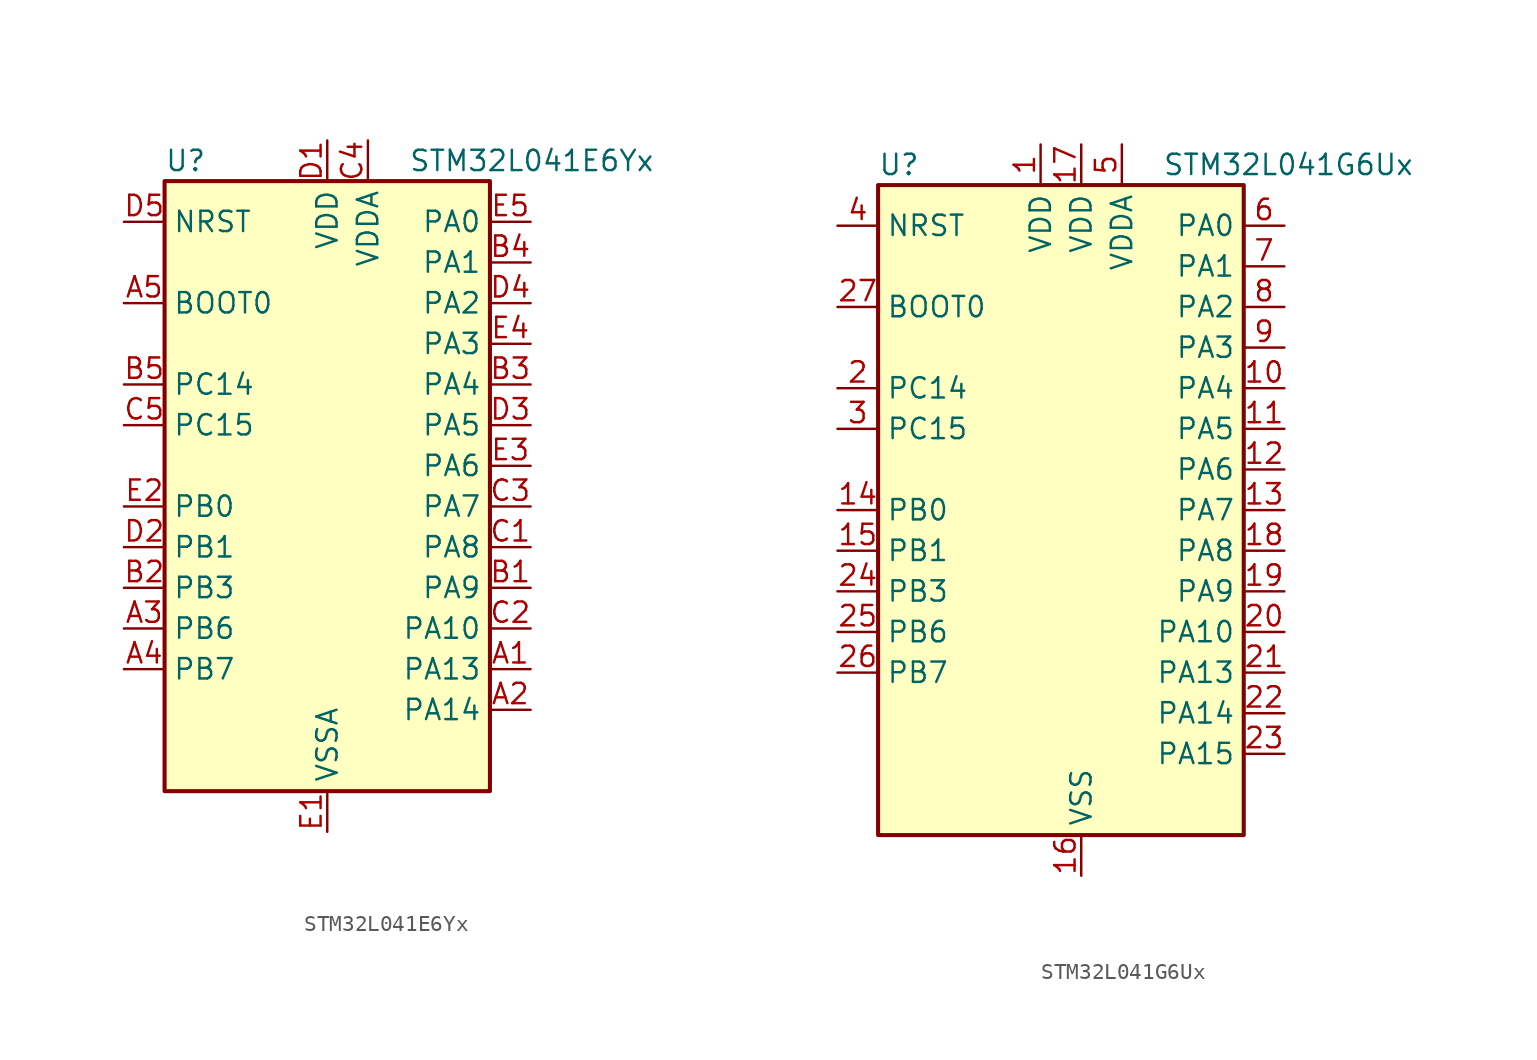
<source format=kicad_sym>
(kicad_symbol_lib
  (version 20231120)
  (generator "kicad_symbol_editor")
  (generator_version "8.0")
  (symbol "STM32L041E6Yx"
    (property "Reference" "U"
      (at -10.16 21.59 0)
      (effects (font (size 1.27 1.27)) (justify left)))
    (property "Value" "STM32L041E6Yx"
      (at 5.08 21.59 0)
      (effects (font (size 1.27 1.27)) (justify left)))
    (property "ki_locked" ""
      (at 0 0 0)
      (effects (font (size 1.27 1.27))))
    (symbol "STM32L041E6Yx_0_1"
      (rectangle (start -10.16 -17.78) (end 10.16 20.32) (stroke (width 0.254) (type default)) (fill (type background))))
    (symbol "STM32L041E6Yx_1_1"
      (pin bidirectional line (at 12.7 -10.16 180) (length 2.54) (name "PA13" (effects (font (size 1.27 1.27)))) (number "A1" (effects (font (size 1.27 1.27)))) (alternate "LPTIM1_ETR" bidirectional line) (alternate "LPUART1_RX" bidirectional line) (alternate "SYS_SWDIO" bidirectional line))
      (pin bidirectional line (at 12.7 -12.7 180) (length 2.54) (name "PA14" (effects (font (size 1.27 1.27)))) (number "A2" (effects (font (size 1.27 1.27)))) (alternate "I2C1_SMBA" bidirectional line) (alternate "LPTIM1_OUT" bidirectional line) (alternate "LPUART1_TX" bidirectional line) (alternate "SYS_SWCLK" bidirectional line) (alternate "USART2_TX" bidirectional line))
      (pin bidirectional line (at -12.7 -7.62 0) (length 2.54) (name "PB6" (effects (font (size 1.27 1.27)))) (number "A3" (effects (font (size 1.27 1.27)))) (alternate "COMP2_INP" bidirectional line) (alternate "I2C1_SCL" bidirectional line) (alternate "LPTIM1_ETR" bidirectional line) (alternate "TIM21_CH1" bidirectional line) (alternate "USART2_TX" bidirectional line))
      (pin bidirectional line (at -12.7 -10.16 0) (length 2.54) (name "PB7" (effects (font (size 1.27 1.27)))) (number "A4" (effects (font (size 1.27 1.27)))) (alternate "COMP2_INP" bidirectional line) (alternate "I2C1_SDA" bidirectional line) (alternate "LPTIM1_IN2" bidirectional line) (alternate "SYS_PVD_IN" bidirectional line) (alternate "USART2_RX" bidirectional line))
      (pin input line (at -12.7 12.7 0) (length 2.54) (name "BOOT0" (effects (font (size 1.27 1.27)))) (number "A5" (effects (font (size 1.27 1.27)))))
      (pin bidirectional line (at 12.7 -5.08 180) (length 2.54) (name "PA9" (effects (font (size 1.27 1.27)))) (number "B1" (effects (font (size 1.27 1.27)))) (alternate "I2C1_SCL" bidirectional line) (alternate "RCC_MCO" bidirectional line) (alternate "TIM22_CH1" bidirectional line) (alternate "USART2_TX" bidirectional line))
      (pin bidirectional line (at -12.7 -5.08 0) (length 2.54) (name "PB3" (effects (font (size 1.27 1.27)))) (number "B2" (effects (font (size 1.27 1.27)))) (alternate "COMP2_INM" bidirectional line) (alternate "SPI1_SCK" bidirectional line) (alternate "TIM2_CH2" bidirectional line))
      (pin bidirectional line (at 12.7 7.62 180) (length 2.54) (name "PA4" (effects (font (size 1.27 1.27)))) (number "B3" (effects (font (size 1.27 1.27)))) (alternate "ADC_IN4" bidirectional line) (alternate "COMP1_INM" bidirectional line) (alternate "COMP2_INM" bidirectional line) (alternate "LPTIM1_IN1" bidirectional line) (alternate "SPI1_NSS" bidirectional line) (alternate "TIM22_ETR" bidirectional line) (alternate "USART2_CK" bidirectional line))
      (pin bidirectional line (at 12.7 15.24 180) (length 2.54) (name "PA1" (effects (font (size 1.27 1.27)))) (number "B4" (effects (font (size 1.27 1.27)))) (alternate "ADC_IN1" bidirectional line) (alternate "COMP1_INP" bidirectional line) (alternate "I2C1_SMBA" bidirectional line) (alternate "LPTIM1_IN2" bidirectional line) (alternate "TIM21_ETR" bidirectional line) (alternate "TIM2_CH2" bidirectional line) (alternate "USART2_DE" bidirectional line) (alternate "USART2_RTS" bidirectional line))
      (pin bidirectional line (at -12.7 7.62 0) (length 2.54) (name "PC14" (effects (font (size 1.27 1.27)))) (number "B5" (effects (font (size 1.27 1.27)))) (alternate "RCC_OSC32_IN" bidirectional line))
      (pin bidirectional line (at 12.7 -2.54 180) (length 2.54) (name "PA8" (effects (font (size 1.27 1.27)))) (number "C1" (effects (font (size 1.27 1.27)))) (alternate "LPTIM1_IN1" bidirectional line) (alternate "RCC_MCO" bidirectional line) (alternate "TIM2_CH1" bidirectional line) (alternate "USART2_CK" bidirectional line))
      (pin bidirectional line (at 12.7 -7.62 180) (length 2.54) (name "PA10" (effects (font (size 1.27 1.27)))) (number "C2" (effects (font (size 1.27 1.27)))) (alternate "I2C1_SDA" bidirectional line) (alternate "TIM22_CH2" bidirectional line) (alternate "USART2_RX" bidirectional line))
      (pin bidirectional line (at 12.7 0 180) (length 2.54) (name "PA7" (effects (font (size 1.27 1.27)))) (number "C3" (effects (font (size 1.27 1.27)))) (alternate "ADC_IN7" bidirectional line) (alternate "COMP2_OUT" bidirectional line) (alternate "LPTIM1_OUT" bidirectional line) (alternate "SPI1_MOSI" bidirectional line) (alternate "TIM22_CH2" bidirectional line) (alternate "USART2_CTS" bidirectional line))
      (pin power_in line (at 2.54 22.86 270) (length 2.54) (name "VDDA" (effects (font (size 1.27 1.27)))) (number "C4" (effects (font (size 1.27 1.27)))))
      (pin bidirectional line (at -12.7 5.08 0) (length 2.54) (name "PC15" (effects (font (size 1.27 1.27)))) (number "C5" (effects (font (size 1.27 1.27)))) (alternate "RCC_OSC32_OUT" bidirectional line))
      (pin power_in line (at 0 22.86 270) (length 2.54) (name "VDD" (effects (font (size 1.27 1.27)))) (number "D1" (effects (font (size 1.27 1.27)))))
      (pin bidirectional line (at -12.7 -2.54 0) (length 2.54) (name "PB1" (effects (font (size 1.27 1.27)))) (number "D2" (effects (font (size 1.27 1.27)))) (alternate "ADC_IN9" bidirectional line) (alternate "LPUART1_DE" bidirectional line) (alternate "LPUART1_RTS" bidirectional line) (alternate "SPI1_MOSI" bidirectional line) (alternate "SYS_VREF_OUT_PB1" bidirectional line) (alternate "TIM2_CH4" bidirectional line) (alternate "USART2_CK" bidirectional line))
      (pin bidirectional line (at 12.7 5.08 180) (length 2.54) (name "PA5" (effects (font (size 1.27 1.27)))) (number "D3" (effects (font (size 1.27 1.27)))) (alternate "ADC_IN5" bidirectional line) (alternate "COMP1_INM" bidirectional line) (alternate "COMP2_INM" bidirectional line) (alternate "LPTIM1_IN2" bidirectional line) (alternate "SPI1_SCK" bidirectional line) (alternate "TIM2_CH1" bidirectional line) (alternate "TIM2_ETR" bidirectional line))
      (pin bidirectional line (at 12.7 12.7 180) (length 2.54) (name "PA2" (effects (font (size 1.27 1.27)))) (number "D4" (effects (font (size 1.27 1.27)))) (alternate "ADC_IN2" bidirectional line) (alternate "COMP2_INM" bidirectional line) (alternate "COMP2_OUT" bidirectional line) (alternate "LPUART1_TX" bidirectional line) (alternate "RTC_OUT_ALARM" bidirectional line) (alternate "RTC_OUT_CALIB" bidirectional line) (alternate "RTC_TAMP3" bidirectional line) (alternate "RTC_TS" bidirectional line) (alternate "SYS_WKUP3" bidirectional line) (alternate "TIM21_CH1" bidirectional line) (alternate "TIM2_CH3" bidirectional line) (alternate "USART2_TX" bidirectional line))
      (pin input line (at -12.7 17.78 0) (length 2.54) (name "NRST" (effects (font (size 1.27 1.27)))) (number "D5" (effects (font (size 1.27 1.27)))))
      (pin power_in line (at 0 -20.32 90) (length 2.54) (name "VSSA" (effects (font (size 1.27 1.27)))) (number "E1" (effects (font (size 1.27 1.27)))))
      (pin bidirectional line (at -12.7 0 0) (length 2.54) (name "PB0" (effects (font (size 1.27 1.27)))) (number "E2" (effects (font (size 1.27 1.27)))) (alternate "ADC_IN8" bidirectional line) (alternate "SPI1_MISO" bidirectional line) (alternate "SYS_VREF_OUT_PB0" bidirectional line) (alternate "TIM2_CH3" bidirectional line) (alternate "USART2_DE" bidirectional line) (alternate "USART2_RTS" bidirectional line))
      (pin bidirectional line (at 12.7 2.54 180) (length 2.54) (name "PA6" (effects (font (size 1.27 1.27)))) (number "E3" (effects (font (size 1.27 1.27)))) (alternate "ADC_IN6" bidirectional line) (alternate "COMP1_OUT" bidirectional line) (alternate "LPTIM1_ETR" bidirectional line) (alternate "LPUART1_CTS" bidirectional line) (alternate "SPI1_MISO" bidirectional line) (alternate "TIM22_CH1" bidirectional line))
      (pin bidirectional line (at 12.7 10.16 180) (length 2.54) (name "PA3" (effects (font (size 1.27 1.27)))) (number "E4" (effects (font (size 1.27 1.27)))) (alternate "ADC_IN3" bidirectional line) (alternate "COMP2_INP" bidirectional line) (alternate "LPUART1_RX" bidirectional line) (alternate "TIM21_CH2" bidirectional line) (alternate "TIM2_CH4" bidirectional line) (alternate "USART2_RX" bidirectional line))
      (pin bidirectional line (at 12.7 17.78 180) (length 2.54) (name "PA0" (effects (font (size 1.27 1.27)))) (number "E5" (effects (font (size 1.27 1.27)))) (alternate "ADC_IN0" bidirectional line) (alternate "COMP1_INM" bidirectional line) (alternate "COMP1_OUT" bidirectional line) (alternate "LPTIM1_IN1" bidirectional line) (alternate "RCC_CK_IN" bidirectional line) (alternate "RTC_TAMP2" bidirectional line) (alternate "SYS_WKUP1" bidirectional line) (alternate "TIM2_CH1" bidirectional line) (alternate "TIM2_ETR" bidirectional line) (alternate "USART2_CTS" bidirectional line))))
  (symbol "STM32L041G6Ux"
    (property "Reference" "U"
      (at -10.16 21.59 0)
      (effects (font (size 1.27 1.27)) (justify left)))
    (property "Value" "STM32L041G6Ux"
      (at 7.62 21.59 0)
      (effects (font (size 1.27 1.27)) (justify left)))
    (property "ki_locked" ""
      (at 0 0 0)
      (effects (font (size 1.27 1.27))))
    (symbol "STM32L041G6Ux_0_1"
      (rectangle (start -10.16 -20.32) (end 12.7 20.32) (stroke (width 0.254) (type default)) (fill (type background))))
    (symbol "STM32L041G6Ux_1_1"
      (pin power_in line (at 0 22.86 270) (length 2.54) (name "VDD" (effects (font (size 1.27 1.27)))) (number "1" (effects (font (size 1.27 1.27)))))
      (pin bidirectional line (at 15.24 7.62 180) (length 2.54) (name "PA4" (effects (font (size 1.27 1.27)))) (number "10" (effects (font (size 1.27 1.27)))) (alternate "ADC_IN4" bidirectional line) (alternate "COMP1_INM" bidirectional line) (alternate "COMP2_INM" bidirectional line) (alternate "LPTIM1_IN1" bidirectional line) (alternate "SPI1_NSS" bidirectional line) (alternate "TIM22_ETR" bidirectional line) (alternate "USART2_CK" bidirectional line))
      (pin bidirectional line (at 15.24 5.08 180) (length 2.54) (name "PA5" (effects (font (size 1.27 1.27)))) (number "11" (effects (font (size 1.27 1.27)))) (alternate "ADC_IN5" bidirectional line) (alternate "COMP1_INM" bidirectional line) (alternate "COMP2_INM" bidirectional line) (alternate "LPTIM1_IN2" bidirectional line) (alternate "SPI1_SCK" bidirectional line) (alternate "TIM2_CH1" bidirectional line) (alternate "TIM2_ETR" bidirectional line))
      (pin bidirectional line (at 15.24 2.54 180) (length 2.54) (name "PA6" (effects (font (size 1.27 1.27)))) (number "12" (effects (font (size 1.27 1.27)))) (alternate "ADC_IN6" bidirectional line) (alternate "COMP1_OUT" bidirectional line) (alternate "LPTIM1_ETR" bidirectional line) (alternate "LPUART1_CTS" bidirectional line) (alternate "SPI1_MISO" bidirectional line) (alternate "TIM22_CH1" bidirectional line))
      (pin bidirectional line (at 15.24 0 180) (length 2.54) (name "PA7" (effects (font (size 1.27 1.27)))) (number "13" (effects (font (size 1.27 1.27)))) (alternate "ADC_IN7" bidirectional line) (alternate "COMP2_OUT" bidirectional line) (alternate "LPTIM1_OUT" bidirectional line) (alternate "SPI1_MOSI" bidirectional line) (alternate "TIM22_CH2" bidirectional line) (alternate "USART2_CTS" bidirectional line))
      (pin bidirectional line (at -12.7 0 0) (length 2.54) (name "PB0" (effects (font (size 1.27 1.27)))) (number "14" (effects (font (size 1.27 1.27)))) (alternate "ADC_IN8" bidirectional line) (alternate "SPI1_MISO" bidirectional line) (alternate "SYS_VREF_OUT_PB0" bidirectional line) (alternate "TIM2_CH3" bidirectional line) (alternate "USART2_DE" bidirectional line) (alternate "USART2_RTS" bidirectional line))
      (pin bidirectional line (at -12.7 -2.54 0) (length 2.54) (name "PB1" (effects (font (size 1.27 1.27)))) (number "15" (effects (font (size 1.27 1.27)))) (alternate "ADC_IN9" bidirectional line) (alternate "LPUART1_DE" bidirectional line) (alternate "LPUART1_RTS" bidirectional line) (alternate "SPI1_MOSI" bidirectional line) (alternate "SYS_VREF_OUT_PB1" bidirectional line) (alternate "TIM2_CH4" bidirectional line) (alternate "USART2_CK" bidirectional line))
      (pin power_in line (at 2.54 -22.86 90) (length 2.54) (name "VSS" (effects (font (size 1.27 1.27)))) (number "16" (effects (font (size 1.27 1.27)))))
      (pin power_in line (at 2.54 22.86 270) (length 2.54) (name "VDD" (effects (font (size 1.27 1.27)))) (number "17" (effects (font (size 1.27 1.27)))))
      (pin bidirectional line (at 15.24 -2.54 180) (length 2.54) (name "PA8" (effects (font (size 1.27 1.27)))) (number "18" (effects (font (size 1.27 1.27)))) (alternate "LPTIM1_IN1" bidirectional line) (alternate "RCC_MCO" bidirectional line) (alternate "TIM2_CH1" bidirectional line) (alternate "USART2_CK" bidirectional line))
      (pin bidirectional line (at 15.24 -5.08 180) (length 2.54) (name "PA9" (effects (font (size 1.27 1.27)))) (number "19" (effects (font (size 1.27 1.27)))) (alternate "I2C1_SCL" bidirectional line) (alternate "RCC_MCO" bidirectional line) (alternate "TIM22_CH1" bidirectional line) (alternate "USART2_TX" bidirectional line))
      (pin bidirectional line (at -12.7 7.62 0) (length 2.54) (name "PC14" (effects (font (size 1.27 1.27)))) (number "2" (effects (font (size 1.27 1.27)))) (alternate "RCC_OSC32_IN" bidirectional line))
      (pin bidirectional line (at 15.24 -7.62 180) (length 2.54) (name "PA10" (effects (font (size 1.27 1.27)))) (number "20" (effects (font (size 1.27 1.27)))) (alternate "I2C1_SDA" bidirectional line) (alternate "TIM22_CH2" bidirectional line) (alternate "USART2_RX" bidirectional line))
      (pin bidirectional line (at 15.24 -10.16 180) (length 2.54) (name "PA13" (effects (font (size 1.27 1.27)))) (number "21" (effects (font (size 1.27 1.27)))) (alternate "LPTIM1_ETR" bidirectional line) (alternate "LPUART1_RX" bidirectional line) (alternate "SYS_SWDIO" bidirectional line))
      (pin bidirectional line (at 15.24 -12.7 180) (length 2.54) (name "PA14" (effects (font (size 1.27 1.27)))) (number "22" (effects (font (size 1.27 1.27)))) (alternate "I2C1_SMBA" bidirectional line) (alternate "LPTIM1_OUT" bidirectional line) (alternate "LPUART1_TX" bidirectional line) (alternate "SYS_SWCLK" bidirectional line) (alternate "USART2_TX" bidirectional line))
      (pin bidirectional line (at 15.24 -15.24 180) (length 2.54) (name "PA15" (effects (font (size 1.27 1.27)))) (number "23" (effects (font (size 1.27 1.27)))) (alternate "SPI1_NSS" bidirectional line) (alternate "TIM2_CH1" bidirectional line) (alternate "TIM2_ETR" bidirectional line) (alternate "USART2_RX" bidirectional line))
      (pin bidirectional line (at -12.7 -5.08 0) (length 2.54) (name "PB3" (effects (font (size 1.27 1.27)))) (number "24" (effects (font (size 1.27 1.27)))) (alternate "COMP2_INM" bidirectional line) (alternate "SPI1_SCK" bidirectional line) (alternate "TIM2_CH2" bidirectional line))
      (pin bidirectional line (at -12.7 -7.62 0) (length 2.54) (name "PB6" (effects (font (size 1.27 1.27)))) (number "25" (effects (font (size 1.27 1.27)))) (alternate "COMP2_INP" bidirectional line) (alternate "I2C1_SCL" bidirectional line) (alternate "LPTIM1_ETR" bidirectional line) (alternate "TIM21_CH1" bidirectional line) (alternate "USART2_TX" bidirectional line))
      (pin bidirectional line (at -12.7 -10.16 0) (length 2.54) (name "PB7" (effects (font (size 1.27 1.27)))) (number "26" (effects (font (size 1.27 1.27)))) (alternate "COMP2_INP" bidirectional line) (alternate "I2C1_SDA" bidirectional line) (alternate "LPTIM1_IN2" bidirectional line) (alternate "SYS_PVD_IN" bidirectional line) (alternate "USART2_RX" bidirectional line))
      (pin input line (at -12.7 12.7 0) (length 2.54) (name "BOOT0" (effects (font (size 1.27 1.27)))) (number "27" (effects (font (size 1.27 1.27)))))
      (pin passive line (at 2.54 -22.86 90) (length 2.54) hide (name "VSS" (effects (font (size 1.27 1.27)))) (number "28" (effects (font (size 1.27 1.27)))))
      (pin bidirectional line (at -12.7 5.08 0) (length 2.54) (name "PC15" (effects (font (size 1.27 1.27)))) (number "3" (effects (font (size 1.27 1.27)))) (alternate "RCC_OSC32_OUT" bidirectional line))
      (pin input line (at -12.7 17.78 0) (length 2.54) (name "NRST" (effects (font (size 1.27 1.27)))) (number "4" (effects (font (size 1.27 1.27)))))
      (pin power_in line (at 5.08 22.86 270) (length 2.54) (name "VDDA" (effects (font (size 1.27 1.27)))) (number "5" (effects (font (size 1.27 1.27)))))
      (pin bidirectional line (at 15.24 17.78 180) (length 2.54) (name "PA0" (effects (font (size 1.27 1.27)))) (number "6" (effects (font (size 1.27 1.27)))) (alternate "ADC_IN0" bidirectional line) (alternate "COMP1_INM" bidirectional line) (alternate "COMP1_OUT" bidirectional line) (alternate "LPTIM1_IN1" bidirectional line) (alternate "RCC_CK_IN" bidirectional line) (alternate "RTC_TAMP2" bidirectional line) (alternate "SYS_WKUP1" bidirectional line) (alternate "TIM2_CH1" bidirectional line) (alternate "TIM2_ETR" bidirectional line) (alternate "USART2_CTS" bidirectional line))
      (pin bidirectional line (at 15.24 15.24 180) (length 2.54) (name "PA1" (effects (font (size 1.27 1.27)))) (number "7" (effects (font (size 1.27 1.27)))) (alternate "ADC_IN1" bidirectional line) (alternate "COMP1_INP" bidirectional line) (alternate "I2C1_SMBA" bidirectional line) (alternate "LPTIM1_IN2" bidirectional line) (alternate "TIM21_ETR" bidirectional line) (alternate "TIM2_CH2" bidirectional line) (alternate "USART2_DE" bidirectional line) (alternate "USART2_RTS" bidirectional line))
      (pin bidirectional line (at 15.24 12.7 180) (length 2.54) (name "PA2" (effects (font (size 1.27 1.27)))) (number "8" (effects (font (size 1.27 1.27)))) (alternate "ADC_IN2" bidirectional line) (alternate "COMP2_INM" bidirectional line) (alternate "COMP2_OUT" bidirectional line) (alternate "LPUART1_TX" bidirectional line) (alternate "RTC_OUT_ALARM" bidirectional line) (alternate "RTC_OUT_CALIB" bidirectional line) (alternate "RTC_TAMP3" bidirectional line) (alternate "RTC_TS" bidirectional line) (alternate "SYS_WKUP3" bidirectional line) (alternate "TIM21_CH1" bidirectional line) (alternate "TIM2_CH3" bidirectional line) (alternate "USART2_TX" bidirectional line))
      (pin bidirectional line (at 15.24 10.16 180) (length 2.54) (name "PA3" (effects (font (size 1.27 1.27)))) (number "9" (effects (font (size 1.27 1.27)))) (alternate "ADC_IN3" bidirectional line) (alternate "COMP2_INP" bidirectional line) (alternate "LPUART1_RX" bidirectional line) (alternate "TIM21_CH2" bidirectional line) (alternate "TIM2_CH4" bidirectional line) (alternate "USART2_RX" bidirectional line)))))
</source>
